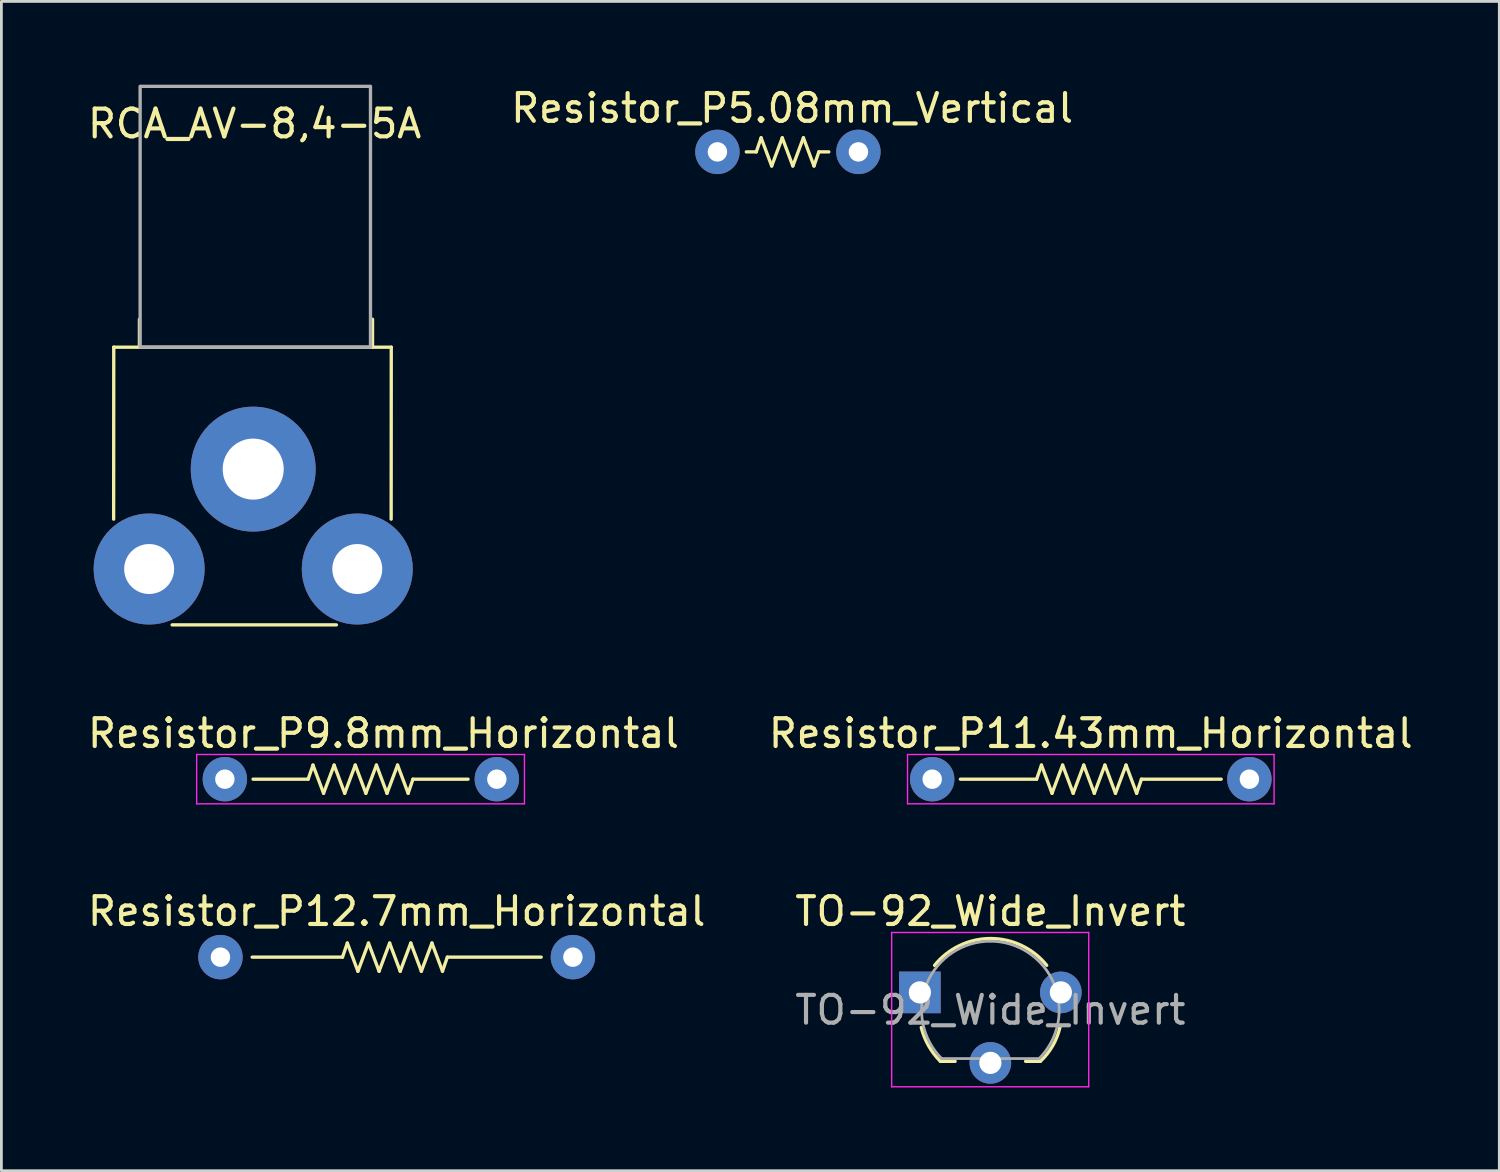
<source format=kicad_pcb>
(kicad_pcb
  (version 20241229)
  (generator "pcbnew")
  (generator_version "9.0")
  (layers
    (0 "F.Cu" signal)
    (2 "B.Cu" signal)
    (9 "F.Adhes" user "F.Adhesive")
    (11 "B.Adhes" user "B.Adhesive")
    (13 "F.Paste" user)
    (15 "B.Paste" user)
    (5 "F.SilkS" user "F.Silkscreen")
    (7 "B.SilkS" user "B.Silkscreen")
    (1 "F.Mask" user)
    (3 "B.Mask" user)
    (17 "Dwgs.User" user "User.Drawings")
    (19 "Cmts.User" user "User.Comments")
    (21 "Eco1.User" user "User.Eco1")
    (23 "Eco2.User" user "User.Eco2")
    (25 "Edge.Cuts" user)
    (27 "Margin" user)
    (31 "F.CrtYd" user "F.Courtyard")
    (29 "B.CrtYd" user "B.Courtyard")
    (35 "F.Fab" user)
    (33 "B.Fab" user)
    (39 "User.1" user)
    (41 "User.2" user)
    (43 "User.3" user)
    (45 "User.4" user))
  (footprint "Resistor_P11.43mm_Horizontal"
    (layer "F.Cu")
    (at 30.541 25.027)
    (property "Reference" "Resistor_P11.43mm_Horizontal" (at 5.715 -1.651 0) (layer "F.SilkS") (effects (font (size 1 1) (thickness 0.15))))
    (attr through_hole)
    (fp_line (start 1.016 0) (end 3.763 0) (stroke (width 0.12) (type solid)) (layer "F.SilkS"))
    (fp_line (start 3.763 0) (end 3.937 -0.508) (stroke (width 0.12) (type solid)) (layer "F.SilkS"))
    (fp_line (start 4.318 0.508) (end 3.937 -0.508) (stroke (width 0.12) (type solid)) (layer "F.SilkS"))
    (fp_line (start 4.318 0.508) (end 4.699 -0.508) (stroke (width 0.12) (type solid)) (layer "F.SilkS"))
    (fp_line (start 5.08 0.508) (end 4.699 -0.508) (stroke (width 0.12) (type solid)) (layer "F.SilkS"))
    (fp_line (start 5.08 0.508) (end 5.461 -0.508) (stroke (width 0.12) (type solid)) (layer "F.SilkS"))
    (fp_line (start 5.842 0.508) (end 5.461 -0.508) (stroke (width 0.12) (type solid)) (layer "F.SilkS"))
    (fp_line (start 5.842 0.508) (end 6.223 -0.508) (stroke (width 0.12) (type solid)) (layer "F.SilkS"))
    (fp_line (start 6.604 0.508) (end 6.223 -0.508) (stroke (width 0.12) (type solid)) (layer "F.SilkS"))
    (fp_line (start 6.604 0.508) (end 6.985 -0.508) (stroke (width 0.12) (type solid)) (layer "F.SilkS"))
    (fp_line (start 7.366 0.508) (end 6.985 -0.508) (stroke (width 0.12) (type solid)) (layer "F.SilkS"))
    (fp_line (start 7.366 0.508) (end 7.54 0) (stroke (width 0.12) (type solid)) (layer "F.SilkS"))
    (fp_line (start 10.414 0) (end 7.54 0) (stroke (width 0.12) (type solid)) (layer "F.SilkS"))
    (fp_line (start -0.889 -0.889) (end -0.889 0.889) (stroke (width 0.05) (type solid)) (layer "F.CrtYd"))
    (fp_line (start -0.889 0.889) (end 12.319 0.889) (stroke (width 0.05) (type solid)) (layer "F.CrtYd"))
    (fp_line (start 12.319 -0.889) (end -0.889 -0.889) (stroke (width 0.05) (type solid)) (layer "F.CrtYd"))
    (fp_line (start 12.319 0.889) (end 12.319 -0.889) (stroke (width 0.05) (type solid)) (layer "F.CrtYd"))
    (pad "1" thru_hole circle (at 0 0) (size 1.6 1.6) (drill 0.7) (layers "*.Cu" "*.Mask"))
    (pad "2" thru_hole circle (at 11.43 0) (size 1.6 1.6) (drill 0.7) (layers "*.Cu" "*.Mask")))
  (footprint "Resistor_P5.08mm_Vertical"
    (layer "F.Cu")
    (at 22.802 2.423)
    (property "Reference" "Resistor_P5.08mm_Vertical" (at 2.692 -1.575 0) (layer "F.SilkS") (effects (font (size 1 1) (thickness 0.15))))
    (attr through_hole)
    (fp_line (start 1.04 0) (end 1.399 0) (stroke (width 0.12) (type solid)) (layer "F.SilkS"))
    (fp_line (start 1.4 0) (end 1.574 -0.508) (stroke (width 0.12) (type solid)) (layer "F.SilkS"))
    (fp_line (start 1.955 0.508) (end 1.574 -0.508) (stroke (width 0.12) (type solid)) (layer "F.SilkS"))
    (fp_line (start 1.955 0.508) (end 2.336 -0.508) (stroke (width 0.12) (type solid)) (layer "F.SilkS"))
    (fp_line (start 2.717 0.508) (end 2.336 -0.508) (stroke (width 0.12) (type solid)) (layer "F.SilkS"))
    (fp_line (start 2.717 0.508) (end 3.098 -0.508) (stroke (width 0.12) (type solid)) (layer "F.SilkS"))
    (fp_line (start 3.479 0.508) (end 3.098 -0.508) (stroke (width 0.12) (type solid)) (layer "F.SilkS"))
    (fp_line (start 3.48 0.508) (end 3.654 0) (stroke (width 0.12) (type solid)) (layer "F.SilkS"))
    (fp_line (start 3.654 0) (end 4.013 0) (stroke (width 0.12) (type solid)) (layer "F.SilkS"))
    (pad "1" thru_hole circle (at 0 0) (size 1.6 1.6) (drill 0.7) (layers "*.Cu" "*.Mask"))
    (pad "2" thru_hole circle (at 5.08 0) (size 1.6 1.6) (drill 0.7) (layers "*.Cu" "*.Mask")))
  (footprint "Resistor_P12.7mm_Horizontal"
    (layer "F.Cu")
    (at 4.894 31.44)
    (property "Reference" "Resistor_P12.7mm_Horizontal" (at 6.35 -1.651 0) (layer "F.SilkS") (effects (font (size 1 1) (thickness 0.15))))
    (attr through_hole)
    (fp_line (start 1.143 0) (end 4.398 0) (stroke (width 0.12) (type solid)) (layer "F.SilkS"))
    (fp_line (start 4.398 0) (end 4.572 -0.508) (stroke (width 0.12) (type solid)) (layer "F.SilkS"))
    (fp_line (start 4.953 0.508) (end 4.572 -0.508) (stroke (width 0.12) (type solid)) (layer "F.SilkS"))
    (fp_line (start 4.953 0.508) (end 5.334 -0.508) (stroke (width 0.12) (type solid)) (layer "F.SilkS"))
    (fp_line (start 5.715 0.508) (end 5.334 -0.508) (stroke (width 0.12) (type solid)) (layer "F.SilkS"))
    (fp_line (start 5.715 0.508) (end 6.096 -0.508) (stroke (width 0.12) (type solid)) (layer "F.SilkS"))
    (fp_line (start 6.477 0.508) (end 6.096 -0.508) (stroke (width 0.12) (type solid)) (layer "F.SilkS"))
    (fp_line (start 6.477 0.508) (end 6.858 -0.508) (stroke (width 0.12) (type solid)) (layer "F.SilkS"))
    (fp_line (start 7.239 0.508) (end 6.858 -0.508) (stroke (width 0.12) (type solid)) (layer "F.SilkS"))
    (fp_line (start 7.239 0.508) (end 7.62 -0.508) (stroke (width 0.12) (type solid)) (layer "F.SilkS"))
    (fp_line (start 8.001 0.508) (end 7.62 -0.508) (stroke (width 0.12) (type solid)) (layer "F.SilkS"))
    (fp_line (start 8.001 0.508) (end 8.175 0) (stroke (width 0.12) (type solid)) (layer "F.SilkS"))
    (fp_line (start 11.557 0) (end 8.175 0) (stroke (width 0.12) (type solid)) (layer "F.SilkS"))
    (pad "1" thru_hole circle (at 0 0) (size 1.6 1.6) (drill 0.7) (layers "*.Cu" "*.Mask"))
    (pad "2" thru_hole circle (at 12.7 0) (size 1.6 1.6) (drill 0.7) (layers "*.Cu" "*.Mask")))
  (footprint "TO-92_Wide_Invert"
    (layer "F.Cu")
    (at 30.097 33.345)
    (property "Reference" "TO-92_Wide_Invert" (at 2.54 -3.556 0) (layer "F.SilkS") (effects (font (size 1 1) (thickness 0.15))))
    (attr through_hole)
    (fp_line (start 0.74 1.85) (end 1.27 1.85) (stroke (width 0.12) (type solid)) (layer "F.SilkS"))
    (fp_line (start 3.81 1.85) (end 4.34 1.85) (stroke (width 0.12) (type solid)) (layer "F.SilkS"))
    (fp_arc (start 0.53 -1.61) (mid 2.55 -2.576012) (end 4.57 -1.61) (stroke (width 0.12) (type solid)) (layer "F.SilkS"))
    (fp_arc (start 0.74 1.85) (mid 0.312253 1.286125) (end 0.05 0.63) (stroke (width 0.12) (type solid)) (layer "F.SilkS"))
    (fp_arc (start 5.05 0.61) (mid 4.788046 1.284047) (end 4.34 1.85) (stroke (width 0.12) (type solid)) (layer "F.SilkS"))
    (fp_line (start -1.016 -2.794) (end -1.016 2.766) (stroke (width 0.05) (type solid)) (layer "F.CrtYd"))
    (fp_line (start -1.016 -2.794) (end 6.084 -2.794) (stroke (width 0.05) (type solid)) (layer "F.CrtYd"))
    (fp_line (start 6.084 2.766) (end -1.016 2.766) (stroke (width 0.05) (type solid)) (layer "F.CrtYd"))
    (fp_line (start 6.084 2.766) (end 6.084 -2.794) (stroke (width 0.05) (type solid)) (layer "F.CrtYd"))
    (fp_line (start 0.8 1.75) (end 4.3 1.75) (stroke (width 0.1) (type solid)) (layer "F.Fab"))
    (fp_arc (start 0.786375 1.753625) (mid 0.248779 -0.949055) (end 2.54 -2.48) (stroke (width 0.1) (type solid)) (layer "F.Fab"))
    (fp_arc (start 2.54 -2.48) (mid 4.831221 -0.949055) (end 4.293625 1.753625) (stroke (width 0.1) (type solid)) (layer "F.Fab"))
    (fp_text user "${REFERENCE}" (at 2.54 0 0) (layer "F.Fab") (effects (font (size 1 1) (thickness 0.15))))
    (pad "1" thru_hole rect (at 0 -0.635 180) (size 1.5 1.5) (drill 0.8) (layers "*.Cu" "*.Mask"))
    (pad "2" thru_hole circle (at 2.54 1.905 180) (size 1.5 1.5) (drill 0.8) (layers "*.Cu" "*.Mask"))
    (pad "3" thru_hole circle (at 5.08 -0.635 180) (size 1.5 1.5) (drill 0.8) (layers "*.Cu" "*.Mask")))
  (footprint "Resistor_P9.8mm_Horizontal"
    (layer "F.Cu")
    (at 5.053 25.027)
    (property "Reference" "Resistor_P9.8mm_Horizontal" (at 5.715 -1.651 0) (layer "F.SilkS") (effects (font (size 1 1) (thickness 0.15))))
    (attr through_hole)
    (fp_line (start 1.016 0) (end 3.001 0) (stroke (width 0.12) (type solid)) (layer "F.SilkS"))
    (fp_line (start 3.001 0) (end 3.175 -0.508) (stroke (width 0.12) (type solid)) (layer "F.SilkS"))
    (fp_line (start 3.556 0.508) (end 3.175 -0.508) (stroke (width 0.12) (type solid)) (layer "F.SilkS"))
    (fp_line (start 3.556 0.508) (end 3.937 -0.508) (stroke (width 0.12) (type solid)) (layer "F.SilkS"))
    (fp_line (start 4.318 0.508) (end 3.937 -0.508) (stroke (width 0.12) (type solid)) (layer "F.SilkS"))
    (fp_line (start 4.318 0.508) (end 4.699 -0.508) (stroke (width 0.12) (type solid)) (layer "F.SilkS"))
    (fp_line (start 5.08 0.508) (end 4.699 -0.508) (stroke (width 0.12) (type solid)) (layer "F.SilkS"))
    (fp_line (start 5.08 0.508) (end 5.461 -0.508) (stroke (width 0.12) (type solid)) (layer "F.SilkS"))
    (fp_line (start 5.842 0.508) (end 5.461 -0.508) (stroke (width 0.12) (type solid)) (layer "F.SilkS"))
    (fp_line (start 5.842 0.508) (end 6.223 -0.508) (stroke (width 0.12) (type solid)) (layer "F.SilkS"))
    (fp_line (start 6.604 0.508) (end 6.223 -0.508) (stroke (width 0.12) (type solid)) (layer "F.SilkS"))
    (fp_line (start 6.604 0.508) (end 6.778 0) (stroke (width 0.12) (type solid)) (layer "F.SilkS"))
    (fp_line (start 8.763 0) (end 6.778 0) (stroke (width 0.12) (type solid)) (layer "F.SilkS"))
    (fp_line (start -1.016 -0.889) (end -1.016 0.889) (stroke (width 0.05) (type solid)) (layer "F.CrtYd"))
    (fp_line (start -1.016 0.889) (end 10.795 0.889) (stroke (width 0.05) (type solid)) (layer "F.CrtYd"))
    (fp_line (start 10.795 -0.889) (end -1.016 -0.889) (stroke (width 0.05) (type solid)) (layer "F.CrtYd"))
    (fp_line (start 10.795 0.889) (end 10.795 -0.889) (stroke (width 0.05) (type solid)) (layer "F.CrtYd"))
    (pad "1" thru_hole circle (at 0 0) (size 1.6 1.6) (drill 0.7) (layers "*.Cu" "*.Mask"))
    (pad "2" thru_hole circle (at 9.8 0) (size 1.6 1.6) (drill 0.7) (layers "*.Cu" "*.Mask")))
  (footprint "RCA_AV-8,4-5A"
    (layer "F.Cu")
    (at 6.074 13.854)
    (property "Reference" "RCA_AV-8,4-5A" (at 0.051 -12.446 0) (unlocked yes) (layer "F.SilkS") (effects (font (size 1 1) (thickness 0.15))))
    (attr through_hole)
    (fp_line (start -5.029 1.803) (end -5.025 -4.394) (stroke (width 0.12) (type solid)) (layer "F.SilkS"))
    (fp_line (start -5.025 -4.394) (end 4.975 -4.394) (stroke (width 0.12) (type solid)) (layer "F.SilkS"))
    (fp_line (start -4.1 -4.4) (end -4.1 -5.4) (stroke (width 0.12) (type solid)) (layer "F.SilkS"))
    (fp_line (start -2.921 5.613) (end 2.997 5.613) (stroke (width 0.12) (type solid)) (layer "F.SilkS"))
    (fp_line (start 4.3 -4.4) (end 4.3 -5.4) (stroke (width 0.12) (type solid)) (layer "F.SilkS"))
    (fp_line (start 4.971 1.803) (end 4.975 -4.394) (stroke (width 0.12) (type solid)) (layer "F.SilkS"))
    (fp_rect (start -4.074 -4.394) (end 4.226 -13.794) (stroke (width 0.12) (type solid)) (fill no) (layer "F.Fab"))
    (pad "1" thru_hole circle (at 0 0) (size 4.5 4.5) (drill 2.2) (layers "*.Cu" "*.Mask"))
    (pad "2" thru_hole circle (at -3.75 3.6) (size 4 4) (drill 1.8) (layers "*.Cu" "*.Mask"))
    (pad "2" thru_hole circle (at 3.75 3.6) (size 4 4) (drill 1.8) (layers "*.Cu" "*.Mask")))
  (gr_rect
    (start -3 -3)
    (end 50.976 39.136)
    (stroke (width 0.1) (type default))
    (fill no)
    (layer "Edge.Cuts")))
</source>
